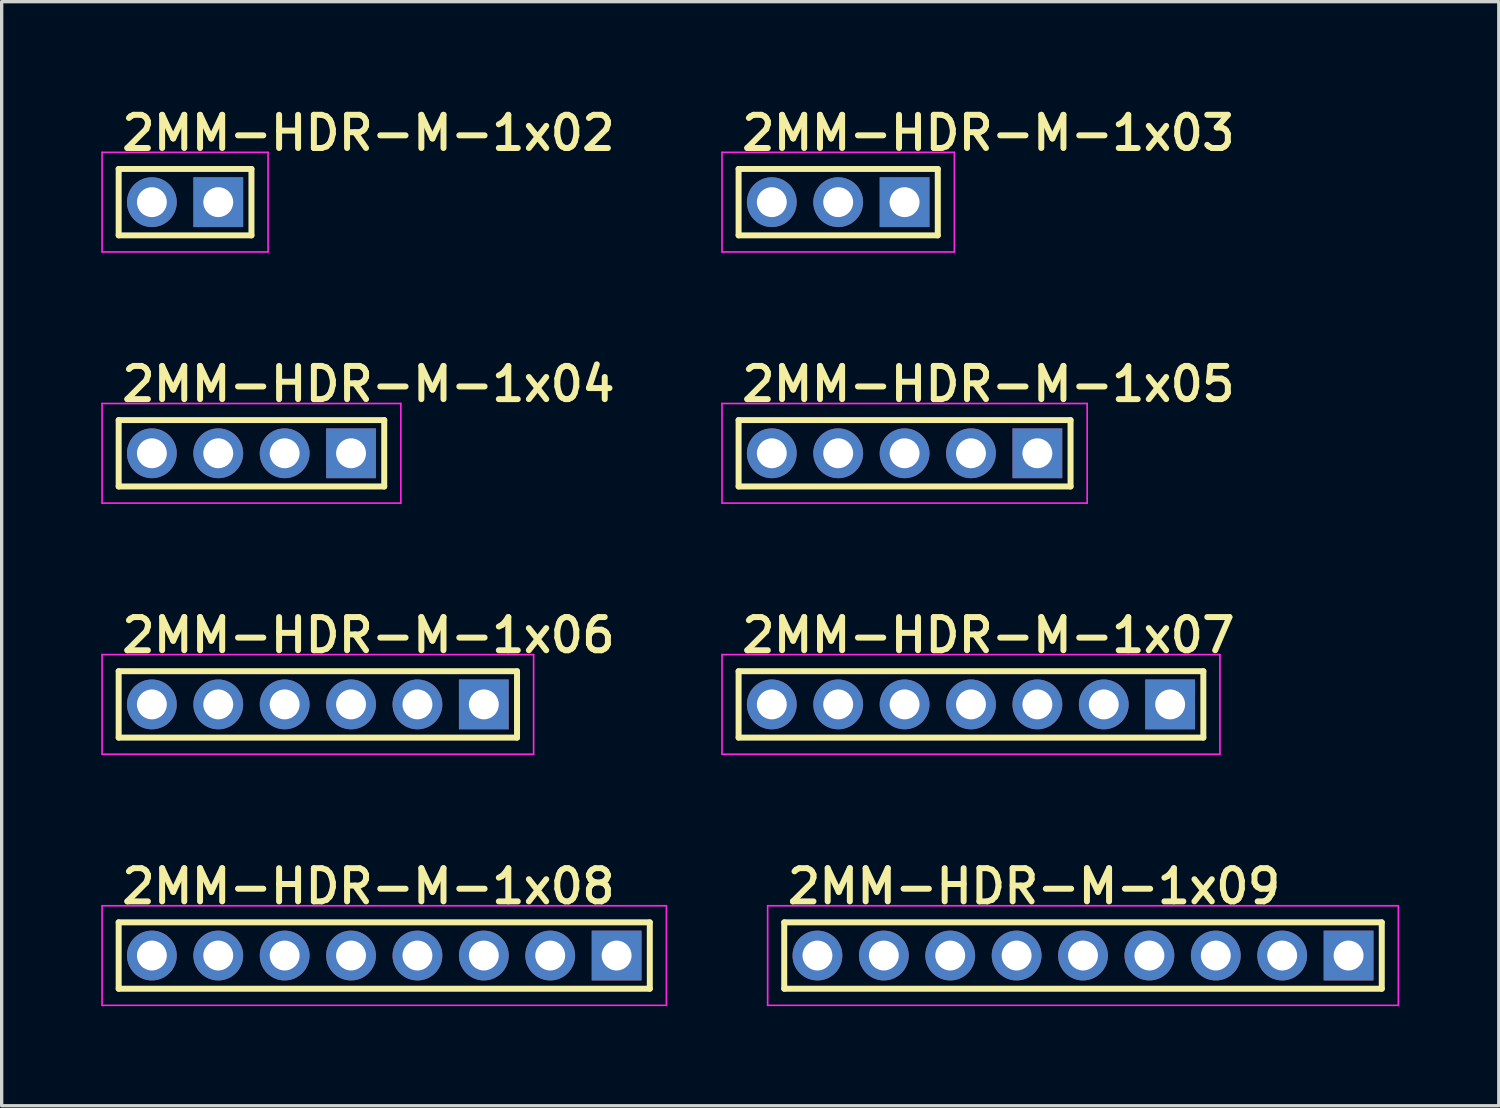
<source format=kicad_pcb>
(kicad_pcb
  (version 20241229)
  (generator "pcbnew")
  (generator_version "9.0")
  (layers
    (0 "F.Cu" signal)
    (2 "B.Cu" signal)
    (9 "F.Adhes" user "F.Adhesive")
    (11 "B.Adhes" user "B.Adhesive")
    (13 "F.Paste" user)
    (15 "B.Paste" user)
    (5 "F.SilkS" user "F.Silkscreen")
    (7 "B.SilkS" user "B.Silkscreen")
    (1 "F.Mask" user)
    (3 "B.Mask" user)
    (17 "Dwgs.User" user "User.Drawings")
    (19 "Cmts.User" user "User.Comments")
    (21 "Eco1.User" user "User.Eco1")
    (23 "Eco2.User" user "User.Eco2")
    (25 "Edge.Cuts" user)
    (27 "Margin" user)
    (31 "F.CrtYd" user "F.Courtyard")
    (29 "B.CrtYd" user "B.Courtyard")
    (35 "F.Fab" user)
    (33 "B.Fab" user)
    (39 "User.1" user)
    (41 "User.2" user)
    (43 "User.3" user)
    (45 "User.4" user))
  (footprint "2MM-HDR-M-1x05"
    (layer "F.Cu")
    (at 24.2 10.605)
    (property "Reference" "2MM-HDR-M-1x05" (at -5 -1.5 0) (layer "F.SilkS") (effects (font (size 1 1) (thickness 0.18)) (justify left bottom)))
    (attr through_hole)
    (fp_line (start -5 -1) (end 5 -1) (stroke (width 0.18) (type solid)) (layer "F.SilkS"))
    (fp_line (start -5 1) (end -5 -1) (stroke (width 0.18) (type solid)) (layer "F.SilkS"))
    (fp_line (start 5 -1) (end 5 1) (stroke (width 0.18) (type solid)) (layer "F.SilkS"))
    (fp_line (start 5 1) (end -5 1) (stroke (width 0.18) (type solid)) (layer "F.SilkS"))
    (fp_line (start -5.5 -1.5) (end 5.5 -1.5) (stroke (width 0.05) (type solid)) (layer "F.CrtYd"))
    (fp_line (start -5.5 1.5) (end -5.5 -1.5) (stroke (width 0.05) (type solid)) (layer "F.CrtYd"))
    (fp_line (start 5.5 -1.5) (end 5.5 1.5) (stroke (width 0.05) (type solid)) (layer "F.CrtYd"))
    (fp_line (start 5.5 1.5) (end -5.5 1.5) (stroke (width 0.05) (type solid)) (layer "F.CrtYd"))
    (pad "1" thru_hole rect (at 4 0) (size 1.5 1.5) (drill 0.9) (layers "*.Cu" "*.Mask"))
    (pad "2" thru_hole circle (at 2 0 90) (size 1.5 1.5) (drill 0.9) (layers "*.Cu" "*.Mask"))
    (pad "3" thru_hole circle (at 0 0 90) (size 1.5 1.5) (drill 0.9) (layers "*.Cu" "*.Mask"))
    (pad "4" thru_hole circle (at -2 0 90) (size 1.5 1.5) (drill 0.9) (layers "*.Cu" "*.Mask"))
    (pad "5" thru_hole circle (at -4 0 90) (size 1.5 1.5) (drill 0.9) (layers "*.Cu" "*.Mask")))
  (footprint "2MM-HDR-M-1x04"
    (layer "F.Cu")
    (at 4.525 10.605)
    (property "Reference" "2MM-HDR-M-1x04" (at -4 -1.5 0) (layer "F.SilkS") (effects (font (size 1 1) (thickness 0.18)) (justify left bottom)))
    (attr through_hole)
    (fp_line (start -4 -1) (end 4 -1) (stroke (width 0.18) (type solid)) (layer "F.SilkS"))
    (fp_line (start -4 1) (end -4 -1) (stroke (width 0.18) (type solid)) (layer "F.SilkS"))
    (fp_line (start 4 -1) (end 4 1) (stroke (width 0.18) (type solid)) (layer "F.SilkS"))
    (fp_line (start 4 1) (end -4 1) (stroke (width 0.18) (type solid)) (layer "F.SilkS"))
    (fp_line (start -4.5 -1.5) (end 4.5 -1.5) (stroke (width 0.05) (type solid)) (layer "F.CrtYd"))
    (fp_line (start -4.5 1.5) (end -4.5 -1.5) (stroke (width 0.05) (type solid)) (layer "F.CrtYd"))
    (fp_line (start 4.5 -1.5) (end 4.5 1.5) (stroke (width 0.05) (type solid)) (layer "F.CrtYd"))
    (fp_line (start 4.5 1.5) (end -4.5 1.5) (stroke (width 0.05) (type solid)) (layer "F.CrtYd"))
    (pad "1" thru_hole rect (at 3 0) (size 1.5 1.5) (drill 0.9) (layers "*.Cu" "*.Mask"))
    (pad "2" thru_hole circle (at 1 0 90) (size 1.5 1.5) (drill 0.9) (layers "*.Cu" "*.Mask"))
    (pad "3" thru_hole circle (at -1 0 90) (size 1.5 1.5) (drill 0.9) (layers "*.Cu" "*.Mask"))
    (pad "4" thru_hole circle (at -3 0 90) (size 1.5 1.5) (drill 0.9) (layers "*.Cu" "*.Mask")))
  (footprint "2MM-HDR-M-1x03"
    (layer "F.Cu")
    (at 22.2 3.04)
    (property "Reference" "2MM-HDR-M-1x03" (at -3 -1.5 0) (layer "F.SilkS") (effects (font (size 1 1) (thickness 0.18)) (justify left bottom)))
    (attr through_hole)
    (fp_line (start -3 -1) (end 3 -1) (stroke (width 0.18) (type solid)) (layer "F.SilkS"))
    (fp_line (start -3 1) (end -3 -1) (stroke (width 0.18) (type solid)) (layer "F.SilkS"))
    (fp_line (start 3 -1) (end 3 1) (stroke (width 0.18) (type solid)) (layer "F.SilkS"))
    (fp_line (start 3 1) (end -3 1) (stroke (width 0.18) (type solid)) (layer "F.SilkS"))
    (fp_line (start -3.5 -1.5) (end 3.5 -1.5) (stroke (width 0.05) (type solid)) (layer "F.CrtYd"))
    (fp_line (start -3.5 1.5) (end -3.5 -1.5) (stroke (width 0.05) (type solid)) (layer "F.CrtYd"))
    (fp_line (start 3.5 -1.5) (end 3.5 1.5) (stroke (width 0.05) (type solid)) (layer "F.CrtYd"))
    (fp_line (start 3.5 1.5) (end -3.5 1.5) (stroke (width 0.05) (type solid)) (layer "F.CrtYd"))
    (pad "1" thru_hole rect (at 2 0) (size 1.5 1.5) (drill 0.9) (layers "*.Cu" "*.Mask"))
    (pad "2" thru_hole circle (at 0 0 90) (size 1.5 1.5) (drill 0.9) (layers "*.Cu" "*.Mask"))
    (pad "3" thru_hole circle (at -2 0 90) (size 1.5 1.5) (drill 0.9) (layers "*.Cu" "*.Mask")))
  (footprint "2MM-HDR-M-1x06"
    (layer "F.Cu")
    (at 6.525 18.17)
    (property "Reference" "2MM-HDR-M-1x06" (at -6 -1.5 0) (layer "F.SilkS") (effects (font (size 1 1) (thickness 0.18)) (justify left bottom)))
    (attr through_hole)
    (fp_line (start -6 -1) (end 6 -1) (stroke (width 0.18) (type solid)) (layer "F.SilkS"))
    (fp_line (start -6 1) (end -6 -1) (stroke (width 0.18) (type solid)) (layer "F.SilkS"))
    (fp_line (start 6 -1) (end 6 1) (stroke (width 0.18) (type solid)) (layer "F.SilkS"))
    (fp_line (start 6 1) (end -6 1) (stroke (width 0.18) (type solid)) (layer "F.SilkS"))
    (fp_line (start -6.5 -1.5) (end 6.5 -1.5) (stroke (width 0.05) (type solid)) (layer "F.CrtYd"))
    (fp_line (start -6.5 1.5) (end -6.5 -1.5) (stroke (width 0.05) (type solid)) (layer "F.CrtYd"))
    (fp_line (start 6.5 -1.5) (end 6.5 1.5) (stroke (width 0.05) (type solid)) (layer "F.CrtYd"))
    (fp_line (start 6.5 1.5) (end -6.5 1.5) (stroke (width 0.05) (type solid)) (layer "F.CrtYd"))
    (pad "1" thru_hole rect (at 5 0) (size 1.5 1.5) (drill 0.9) (layers "*.Cu" "*.Mask"))
    (pad "2" thru_hole circle (at 3 0 90) (size 1.5 1.5) (drill 0.9) (layers "*.Cu" "*.Mask"))
    (pad "3" thru_hole circle (at 1 0 90) (size 1.5 1.5) (drill 0.9) (layers "*.Cu" "*.Mask"))
    (pad "4" thru_hole circle (at -1 0 90) (size 1.5 1.5) (drill 0.9) (layers "*.Cu" "*.Mask"))
    (pad "5" thru_hole circle (at -3 0 90) (size 1.5 1.5) (drill 0.9) (layers "*.Cu" "*.Mask"))
    (pad "6" thru_hole circle (at -5 0 90) (size 1.5 1.5) (drill 0.9) (layers "*.Cu" "*.Mask")))
  (footprint "2MM-HDR-M-1x07"
    (layer "F.Cu")
    (at 26.2 18.17)
    (property "Reference" "2MM-HDR-M-1x07" (at -7 -1.5 0) (layer "F.SilkS") (effects (font (size 1 1) (thickness 0.18)) (justify left bottom)))
    (attr through_hole)
    (fp_line (start -7 -1) (end 7 -1) (stroke (width 0.18) (type solid)) (layer "F.SilkS"))
    (fp_line (start -7 1) (end -7 -1) (stroke (width 0.18) (type solid)) (layer "F.SilkS"))
    (fp_line (start 7 -1) (end 7 1) (stroke (width 0.18) (type solid)) (layer "F.SilkS"))
    (fp_line (start 7 1) (end -7 1) (stroke (width 0.18) (type solid)) (layer "F.SilkS"))
    (fp_line (start -7.5 -1.5) (end 7.5 -1.5) (stroke (width 0.05) (type solid)) (layer "F.CrtYd"))
    (fp_line (start -7.5 1.5) (end -7.5 -1.5) (stroke (width 0.05) (type solid)) (layer "F.CrtYd"))
    (fp_line (start 7.5 -1.5) (end 7.5 1.5) (stroke (width 0.05) (type solid)) (layer "F.CrtYd"))
    (fp_line (start 7.5 1.5) (end -7.5 1.5) (stroke (width 0.05) (type solid)) (layer "F.CrtYd"))
    (pad "1" thru_hole rect (at 6 0) (size 1.5 1.5) (drill 0.9) (layers "*.Cu" "*.Mask"))
    (pad "2" thru_hole circle (at 4 0 90) (size 1.5 1.5) (drill 0.9) (layers "*.Cu" "*.Mask"))
    (pad "3" thru_hole circle (at 2 0 90) (size 1.5 1.5) (drill 0.9) (layers "*.Cu" "*.Mask"))
    (pad "4" thru_hole circle (at 0 0 90) (size 1.5 1.5) (drill 0.9) (layers "*.Cu" "*.Mask"))
    (pad "5" thru_hole circle (at -2 0 90) (size 1.5 1.5) (drill 0.9) (layers "*.Cu" "*.Mask"))
    (pad "6" thru_hole circle (at -4 0 90) (size 1.5 1.5) (drill 0.9) (layers "*.Cu" "*.Mask"))
    (pad "7" thru_hole circle (at -6 0 90) (size 1.5 1.5) (drill 0.9) (layers "*.Cu" "*.Mask")))
  (footprint "2MM-HDR-M-1x09"
    (layer "F.Cu")
    (at 29.575 25.735)
    (property "Reference" "2MM-HDR-M-1x09" (at -9 -1.5 0) (layer "F.SilkS") (effects (font (size 1 1) (thickness 0.18)) (justify left bottom)))
    (attr through_hole)
    (fp_line (start -9 -1) (end 9 -1) (stroke (width 0.18) (type solid)) (layer "F.SilkS"))
    (fp_line (start -9 1) (end -9 -1) (stroke (width 0.18) (type solid)) (layer "F.SilkS"))
    (fp_line (start 9 -1) (end 9 1) (stroke (width 0.18) (type solid)) (layer "F.SilkS"))
    (fp_line (start 9 1) (end -9 1) (stroke (width 0.18) (type solid)) (layer "F.SilkS"))
    (fp_line (start -9.5 -1.5) (end 9.5 -1.5) (stroke (width 0.05) (type solid)) (layer "F.CrtYd"))
    (fp_line (start -9.5 1.5) (end -9.5 -1.5) (stroke (width 0.05) (type solid)) (layer "F.CrtYd"))
    (fp_line (start 9.5 -1.5) (end 9.5 1.5) (stroke (width 0.05) (type solid)) (layer "F.CrtYd"))
    (fp_line (start 9.5 1.5) (end -9.5 1.5) (stroke (width 0.05) (type solid)) (layer "F.CrtYd"))
    (pad "1" thru_hole rect (at 8 0) (size 1.5 1.5) (drill 0.9) (layers "*.Cu" "*.Mask"))
    (pad "2" thru_hole circle (at 6 0 90) (size 1.5 1.5) (drill 0.9) (layers "*.Cu" "*.Mask"))
    (pad "3" thru_hole circle (at 4 0 90) (size 1.5 1.5) (drill 0.9) (layers "*.Cu" "*.Mask"))
    (pad "4" thru_hole circle (at 2 0 90) (size 1.5 1.5) (drill 0.9) (layers "*.Cu" "*.Mask"))
    (pad "5" thru_hole circle (at 0 0 90) (size 1.5 1.5) (drill 0.9) (layers "*.Cu" "*.Mask"))
    (pad "6" thru_hole circle (at -2 0 90) (size 1.5 1.5) (drill 0.9) (layers "*.Cu" "*.Mask"))
    (pad "7" thru_hole circle (at -4 0 90) (size 1.5 1.5) (drill 0.9) (layers "*.Cu" "*.Mask"))
    (pad "8" thru_hole circle (at -6 0 90) (size 1.5 1.5) (drill 0.9) (layers "*.Cu" "*.Mask"))
    (pad "9" thru_hole circle (at -8 0 90) (size 1.5 1.5) (drill 0.9) (layers "*.Cu" "*.Mask")))
  (footprint "2MM-HDR-M-1x08"
    (layer "F.Cu")
    (at 8.525 25.735)
    (property "Reference" "2MM-HDR-M-1x08" (at -8 -1.5 0) (layer "F.SilkS") (effects (font (size 1 1) (thickness 0.18)) (justify left bottom)))
    (attr through_hole)
    (fp_line (start -8 -1) (end 8 -1) (stroke (width 0.18) (type solid)) (layer "F.SilkS"))
    (fp_line (start -8 1) (end -8 -1) (stroke (width 0.18) (type solid)) (layer "F.SilkS"))
    (fp_line (start 8 -1) (end 8 1) (stroke (width 0.18) (type solid)) (layer "F.SilkS"))
    (fp_line (start 8 1) (end -8 1) (stroke (width 0.18) (type solid)) (layer "F.SilkS"))
    (fp_line (start -8.5 -1.5) (end 8.5 -1.5) (stroke (width 0.05) (type solid)) (layer "F.CrtYd"))
    (fp_line (start -8.5 1.5) (end -8.5 -1.5) (stroke (width 0.05) (type solid)) (layer "F.CrtYd"))
    (fp_line (start 8.5 -1.5) (end 8.5 1.5) (stroke (width 0.05) (type solid)) (layer "F.CrtYd"))
    (fp_line (start 8.5 1.5) (end -8.5 1.5) (stroke (width 0.05) (type solid)) (layer "F.CrtYd"))
    (pad "1" thru_hole rect (at 7 0) (size 1.5 1.5) (drill 0.9) (layers "*.Cu" "*.Mask"))
    (pad "2" thru_hole circle (at 5 0 90) (size 1.5 1.5) (drill 0.9) (layers "*.Cu" "*.Mask"))
    (pad "3" thru_hole circle (at 3 0 90) (size 1.5 1.5) (drill 0.9) (layers "*.Cu" "*.Mask"))
    (pad "4" thru_hole circle (at 1 0 90) (size 1.5 1.5) (drill 0.9) (layers "*.Cu" "*.Mask"))
    (pad "5" thru_hole circle (at -1 0 90) (size 1.5 1.5) (drill 0.9) (layers "*.Cu" "*.Mask"))
    (pad "6" thru_hole circle (at -3 0 90) (size 1.5 1.5) (drill 0.9) (layers "*.Cu" "*.Mask"))
    (pad "7" thru_hole circle (at -5 0 90) (size 1.5 1.5) (drill 0.9) (layers "*.Cu" "*.Mask"))
    (pad "8" thru_hole circle (at -7 0 90) (size 1.5 1.5) (drill 0.9) (layers "*.Cu" "*.Mask")))
  (footprint "2MM-HDR-M-1x02"
    (layer "F.Cu")
    (at 2.525 3.04)
    (property "Reference" "2MM-HDR-M-1x02" (at -2 -1.5 0) (layer "F.SilkS") (effects (font (size 1 1) (thickness 0.18)) (justify left bottom)))
    (attr through_hole)
    (fp_line (start -2 -1) (end 2 -1) (stroke (width 0.18) (type solid)) (layer "F.SilkS"))
    (fp_line (start -2 1) (end -2 -1) (stroke (width 0.18) (type solid)) (layer "F.SilkS"))
    (fp_line (start 2 -1) (end 2 1) (stroke (width 0.18) (type solid)) (layer "F.SilkS"))
    (fp_line (start 2 1) (end -2 1) (stroke (width 0.18) (type solid)) (layer "F.SilkS"))
    (fp_line (start -2.5 -1.5) (end 2.5 -1.5) (stroke (width 0.05) (type solid)) (layer "F.CrtYd"))
    (fp_line (start -2.5 1.5) (end -2.5 -1.5) (stroke (width 0.05) (type solid)) (layer "F.CrtYd"))
    (fp_line (start 2.5 -1.5) (end 2.5 1.5) (stroke (width 0.05) (type solid)) (layer "F.CrtYd"))
    (fp_line (start 2.5 1.5) (end -2.5 1.5) (stroke (width 0.05) (type solid)) (layer "F.CrtYd"))
    (pad "1" thru_hole rect (at 1 0) (size 1.5 1.5) (drill 0.9) (layers "*.Cu" "*.Mask"))
    (pad "2" thru_hole circle (at -1 0 90) (size 1.5 1.5) (drill 0.9) (layers "*.Cu" "*.Mask")))
  (gr_rect
    (start -3 -3)
    (end 42.1 30.26)
    (stroke (width 0.1) (type default))
    (fill no)
    (layer "Edge.Cuts")))
</source>
